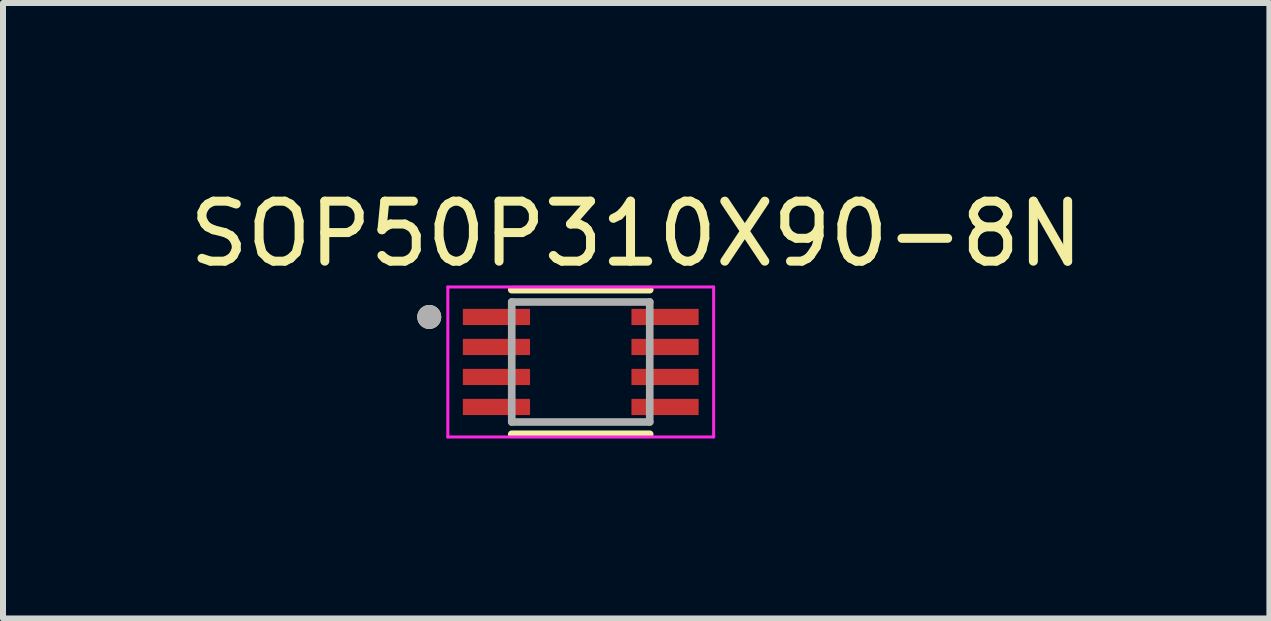
<source format=kicad_pcb>
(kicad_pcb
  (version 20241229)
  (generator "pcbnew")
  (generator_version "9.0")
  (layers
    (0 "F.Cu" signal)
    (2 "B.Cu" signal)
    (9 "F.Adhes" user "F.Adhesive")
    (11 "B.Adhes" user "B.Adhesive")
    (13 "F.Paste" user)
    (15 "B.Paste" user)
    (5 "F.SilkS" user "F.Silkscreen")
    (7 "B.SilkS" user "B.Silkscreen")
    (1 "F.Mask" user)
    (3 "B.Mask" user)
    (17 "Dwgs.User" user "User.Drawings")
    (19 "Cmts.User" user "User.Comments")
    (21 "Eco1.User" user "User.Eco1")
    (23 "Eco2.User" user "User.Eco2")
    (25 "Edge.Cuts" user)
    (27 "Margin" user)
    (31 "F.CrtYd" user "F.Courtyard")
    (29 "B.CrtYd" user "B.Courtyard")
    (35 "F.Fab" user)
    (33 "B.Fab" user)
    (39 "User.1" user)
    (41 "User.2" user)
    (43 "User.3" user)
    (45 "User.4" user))
  (footprint "SOP50P310X90-8N"
    (layer "F.Cu")
    (at 6.629 2.983)
    (property "Reference" "SOP50P310X90-8N" (at 0.925 -2.135 0) (layer "F.SilkS") (effects (font (size 1 1) (thickness 0.15))))
    (attr through_hole)
    (fp_line (start -1.15 -1.205) (end 1.15 -1.205) (stroke (width 0.127) (type solid)) (layer "F.SilkS"))
    (fp_line (start -1.15 1.205) (end 1.15 1.205) (stroke (width 0.127) (type solid)) (layer "F.SilkS"))
    (fp_circle (center -2.525 -0.75) (end -2.425 -0.75) (stroke (width 0.2) (type solid)) (fill no) (layer "F.SilkS"))
    (fp_line (start -2.215 -1.25) (end -2.215 1.25) (stroke (width 0.05) (type solid)) (layer "F.CrtYd"))
    (fp_line (start -2.215 -1.25) (end 2.215 -1.25) (stroke (width 0.05) (type solid)) (layer "F.CrtYd"))
    (fp_line (start -2.215 1.25) (end 2.215 1.25) (stroke (width 0.05) (type solid)) (layer "F.CrtYd"))
    (fp_line (start 2.215 -1.25) (end 2.215 1.25) (stroke (width 0.05) (type solid)) (layer "F.CrtYd"))
    (fp_line (start -1.15 -1) (end -1.15 1) (stroke (width 0.127) (type solid)) (layer "F.Fab"))
    (fp_line (start -1.15 -1) (end 1.15 -1) (stroke (width 0.127) (type solid)) (layer "F.Fab"))
    (fp_line (start -1.15 1) (end 1.15 1) (stroke (width 0.127) (type solid)) (layer "F.Fab"))
    (fp_line (start 1.15 -1) (end 1.15 1) (stroke (width 0.127) (type solid)) (layer "F.Fab"))
    (fp_circle (center -2.525 -0.75) (end -2.425 -0.75) (stroke (width 0.2) (type solid)) (fill no) (layer "F.Fab"))
    (pad "1" smd roundrect (at -1.405 -0.75) (size 1.12 0.27) (layers "F.Cu" "F.Mask" "F.Paste") (roundrect_rratio 0.03))
    (pad "2" smd roundrect (at -1.405 -0.25) (size 1.12 0.27) (layers "F.Cu" "F.Mask" "F.Paste") (roundrect_rratio 0.03))
    (pad "3" smd roundrect (at -1.405 0.25) (size 1.12 0.27) (layers "F.Cu" "F.Mask" "F.Paste") (roundrect_rratio 0.03))
    (pad "4" smd roundrect (at -1.405 0.75) (size 1.12 0.27) (layers "F.Cu" "F.Mask" "F.Paste") (roundrect_rratio 0.03))
    (pad "5" smd roundrect (at 1.405 0.75) (size 1.12 0.27) (layers "F.Cu" "F.Mask" "F.Paste") (roundrect_rratio 0.03))
    (pad "6" smd roundrect (at 1.405 0.25) (size 1.12 0.27) (layers "F.Cu" "F.Mask" "F.Paste") (roundrect_rratio 0.03))
    (pad "7" smd roundrect (at 1.405 -0.25) (size 1.12 0.27) (layers "F.Cu" "F.Mask" "F.Paste") (roundrect_rratio 0.03))
    (pad "8" smd roundrect (at 1.405 -0.75) (size 1.12 0.27) (layers "F.Cu" "F.Mask" "F.Paste") (roundrect_rratio 0.03)))
  (gr_rect
    (start -3 -3)
    (end 18.107 7.258)
    (stroke (width 0.1) (type default))
    (fill no)
    (layer "Edge.Cuts")))
</source>
